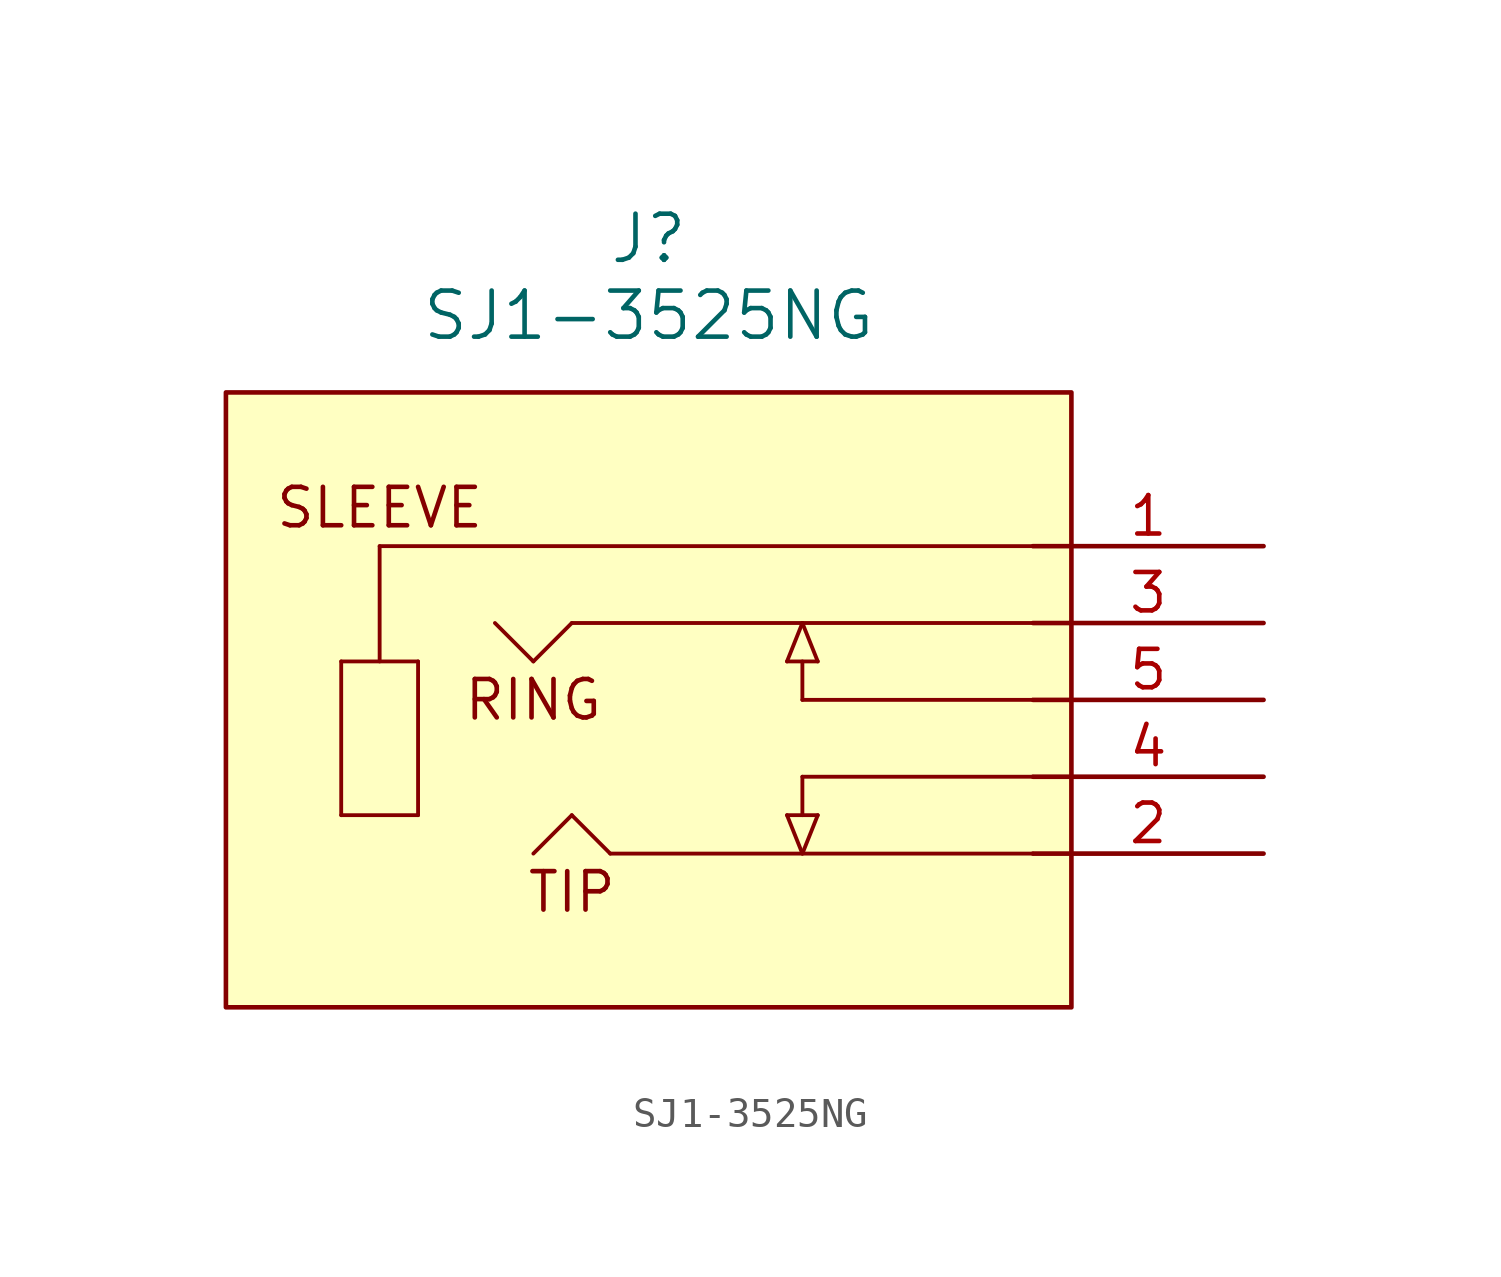
<source format=kicad_sym>
(kicad_symbol_lib
  (version 20220914)
  (generator kicad_symbol_editor)
  (symbol "SJ1-3525NG"
    (pin_names
      (offset 0.254))
    (property "Reference" "J"
      (at -20.32 10.16 0)
      (effects (font (size 1.524 1.524))))
    (property "Value" "SJ1-3525NG"
      (at -20.32 7.62 0)
      (effects (font (size 1.524 1.524))))
    (property "ki_locked" ""
      (at 0 0 0)
      (effects (font (size 1.27 1.27))))
    (symbol "SJ1-3525NG_0_1"
      (polyline (pts (xy -30.48 -8.89) (xy -30.48 -3.81)) (stroke (width 0.127) (type default)) (fill (type none)))
      (polyline (pts (xy -30.48 -3.81) (xy -27.94 -3.81)) (stroke (width 0.127) (type default)) (fill (type none)))
      (polyline (pts (xy -29.21 0) (xy -29.21 -3.81)) (stroke (width 0.127) (type default)) (fill (type none)))
      (polyline (pts (xy -27.94 -8.89) (xy -30.48 -8.89)) (stroke (width 0.127) (type default)) (fill (type none)))
      (polyline (pts (xy -27.94 -3.81) (xy -27.94 -8.89)) (stroke (width 0.127) (type default)) (fill (type none)))
      (polyline (pts (xy -24.13 -3.81) (xy -25.4 -2.54)) (stroke (width 0.127) (type default)) (fill (type none)))
      (polyline (pts (xy -22.86 -8.89) (xy -24.13 -10.16)) (stroke (width 0.127) (type default)) (fill (type none)))
      (polyline (pts (xy -22.86 -2.54) (xy -24.13 -3.81)) (stroke (width 0.127) (type default)) (fill (type none)))
      (polyline (pts (xy -21.59 -10.16) (xy -22.86 -8.89)) (stroke (width 0.127) (type default)) (fill (type none)))
      (polyline (pts (xy -15.748 -8.89) (xy -15.24 -10.16)) (stroke (width 0.127) (type default)) (fill (type none)))
      (polyline (pts (xy -15.748 -8.89) (xy -14.732 -8.89)) (stroke (width 0.127) (type default)) (fill (type none)))
      (polyline (pts (xy -15.748 -3.81) (xy -14.732 -3.81)) (stroke (width 0.127) (type default)) (fill (type none)))
      (polyline (pts (xy -15.24 -10.16) (xy -14.732 -8.89)) (stroke (width 0.127) (type default)) (fill (type none)))
      (polyline (pts (xy -15.24 -7.62) (xy -15.24 -8.89)) (stroke (width 0.127) (type default)) (fill (type none)))
      (polyline (pts (xy -15.24 -5.08) (xy -15.24 -3.81)) (stroke (width 0.127) (type default)) (fill (type none)))
      (polyline (pts (xy -15.24 -2.54) (xy -15.748 -3.81)) (stroke (width 0.127) (type default)) (fill (type none)))
      (polyline (pts (xy -14.732 -3.81) (xy -15.24 -2.54)) (stroke (width 0.127) (type default)) (fill (type none)))
      (polyline (pts (xy -7.62 -10.16) (xy -21.59 -10.16)) (stroke (width 0.127) (type default)) (fill (type none)))
      (polyline (pts (xy -7.62 -7.62) (xy -15.24 -7.62)) (stroke (width 0.127) (type default)) (fill (type none)))
      (polyline (pts (xy -7.62 -5.08) (xy -15.24 -5.08)) (stroke (width 0.127) (type default)) (fill (type none)))
      (polyline (pts (xy -7.62 -2.54) (xy -22.86 -2.54)) (stroke (width 0.127) (type default)) (fill (type none)))
      (polyline (pts (xy -7.62 0) (xy -29.21 0)) (stroke (width 0.127) (type default)) (fill (type none))))
    (symbol "SJ1-3525NG_1_1"
      (rectangle (start -34.29 5.08) (end -6.35 -15.24) (stroke (width 0) (type default)) (fill (type background)))
      (text "RING" (at -24.13 -5.08 0) (effects (font (size 1.27 1.27))))
      (text "SLEEVE" (at -29.21 1.27 0) (effects (font (size 1.27 1.27))))
      (text "TIP" (at -22.86 -11.43 0) (effects (font (size 1.27 1.27))))
      (pin unspecified line (at 0 0 180) (length 7.62) (name "" (effects (font (size 1.27 1.27)))) (number "1" (effects (font (size 1.27 1.27)))))
      (pin unspecified line (at 0 -10.16 180) (length 7.62) (name "" (effects (font (size 1.27 1.27)))) (number "2" (effects (font (size 1.27 1.27)))))
      (pin unspecified line (at 0 -2.54 180) (length 7.62) (name "" (effects (font (size 1.27 1.27)))) (number "3" (effects (font (size 1.27 1.27)))))
      (pin unspecified line (at 0 -7.62 180) (length 7.62) (name "" (effects (font (size 1.27 1.27)))) (number "4" (effects (font (size 1.27 1.27)))))
      (pin unspecified line (at 0 -5.08 180) (length 7.62) (name "" (effects (font (size 1.27 1.27)))) (number "5" (effects (font (size 1.27 1.27))))))))
</source>
